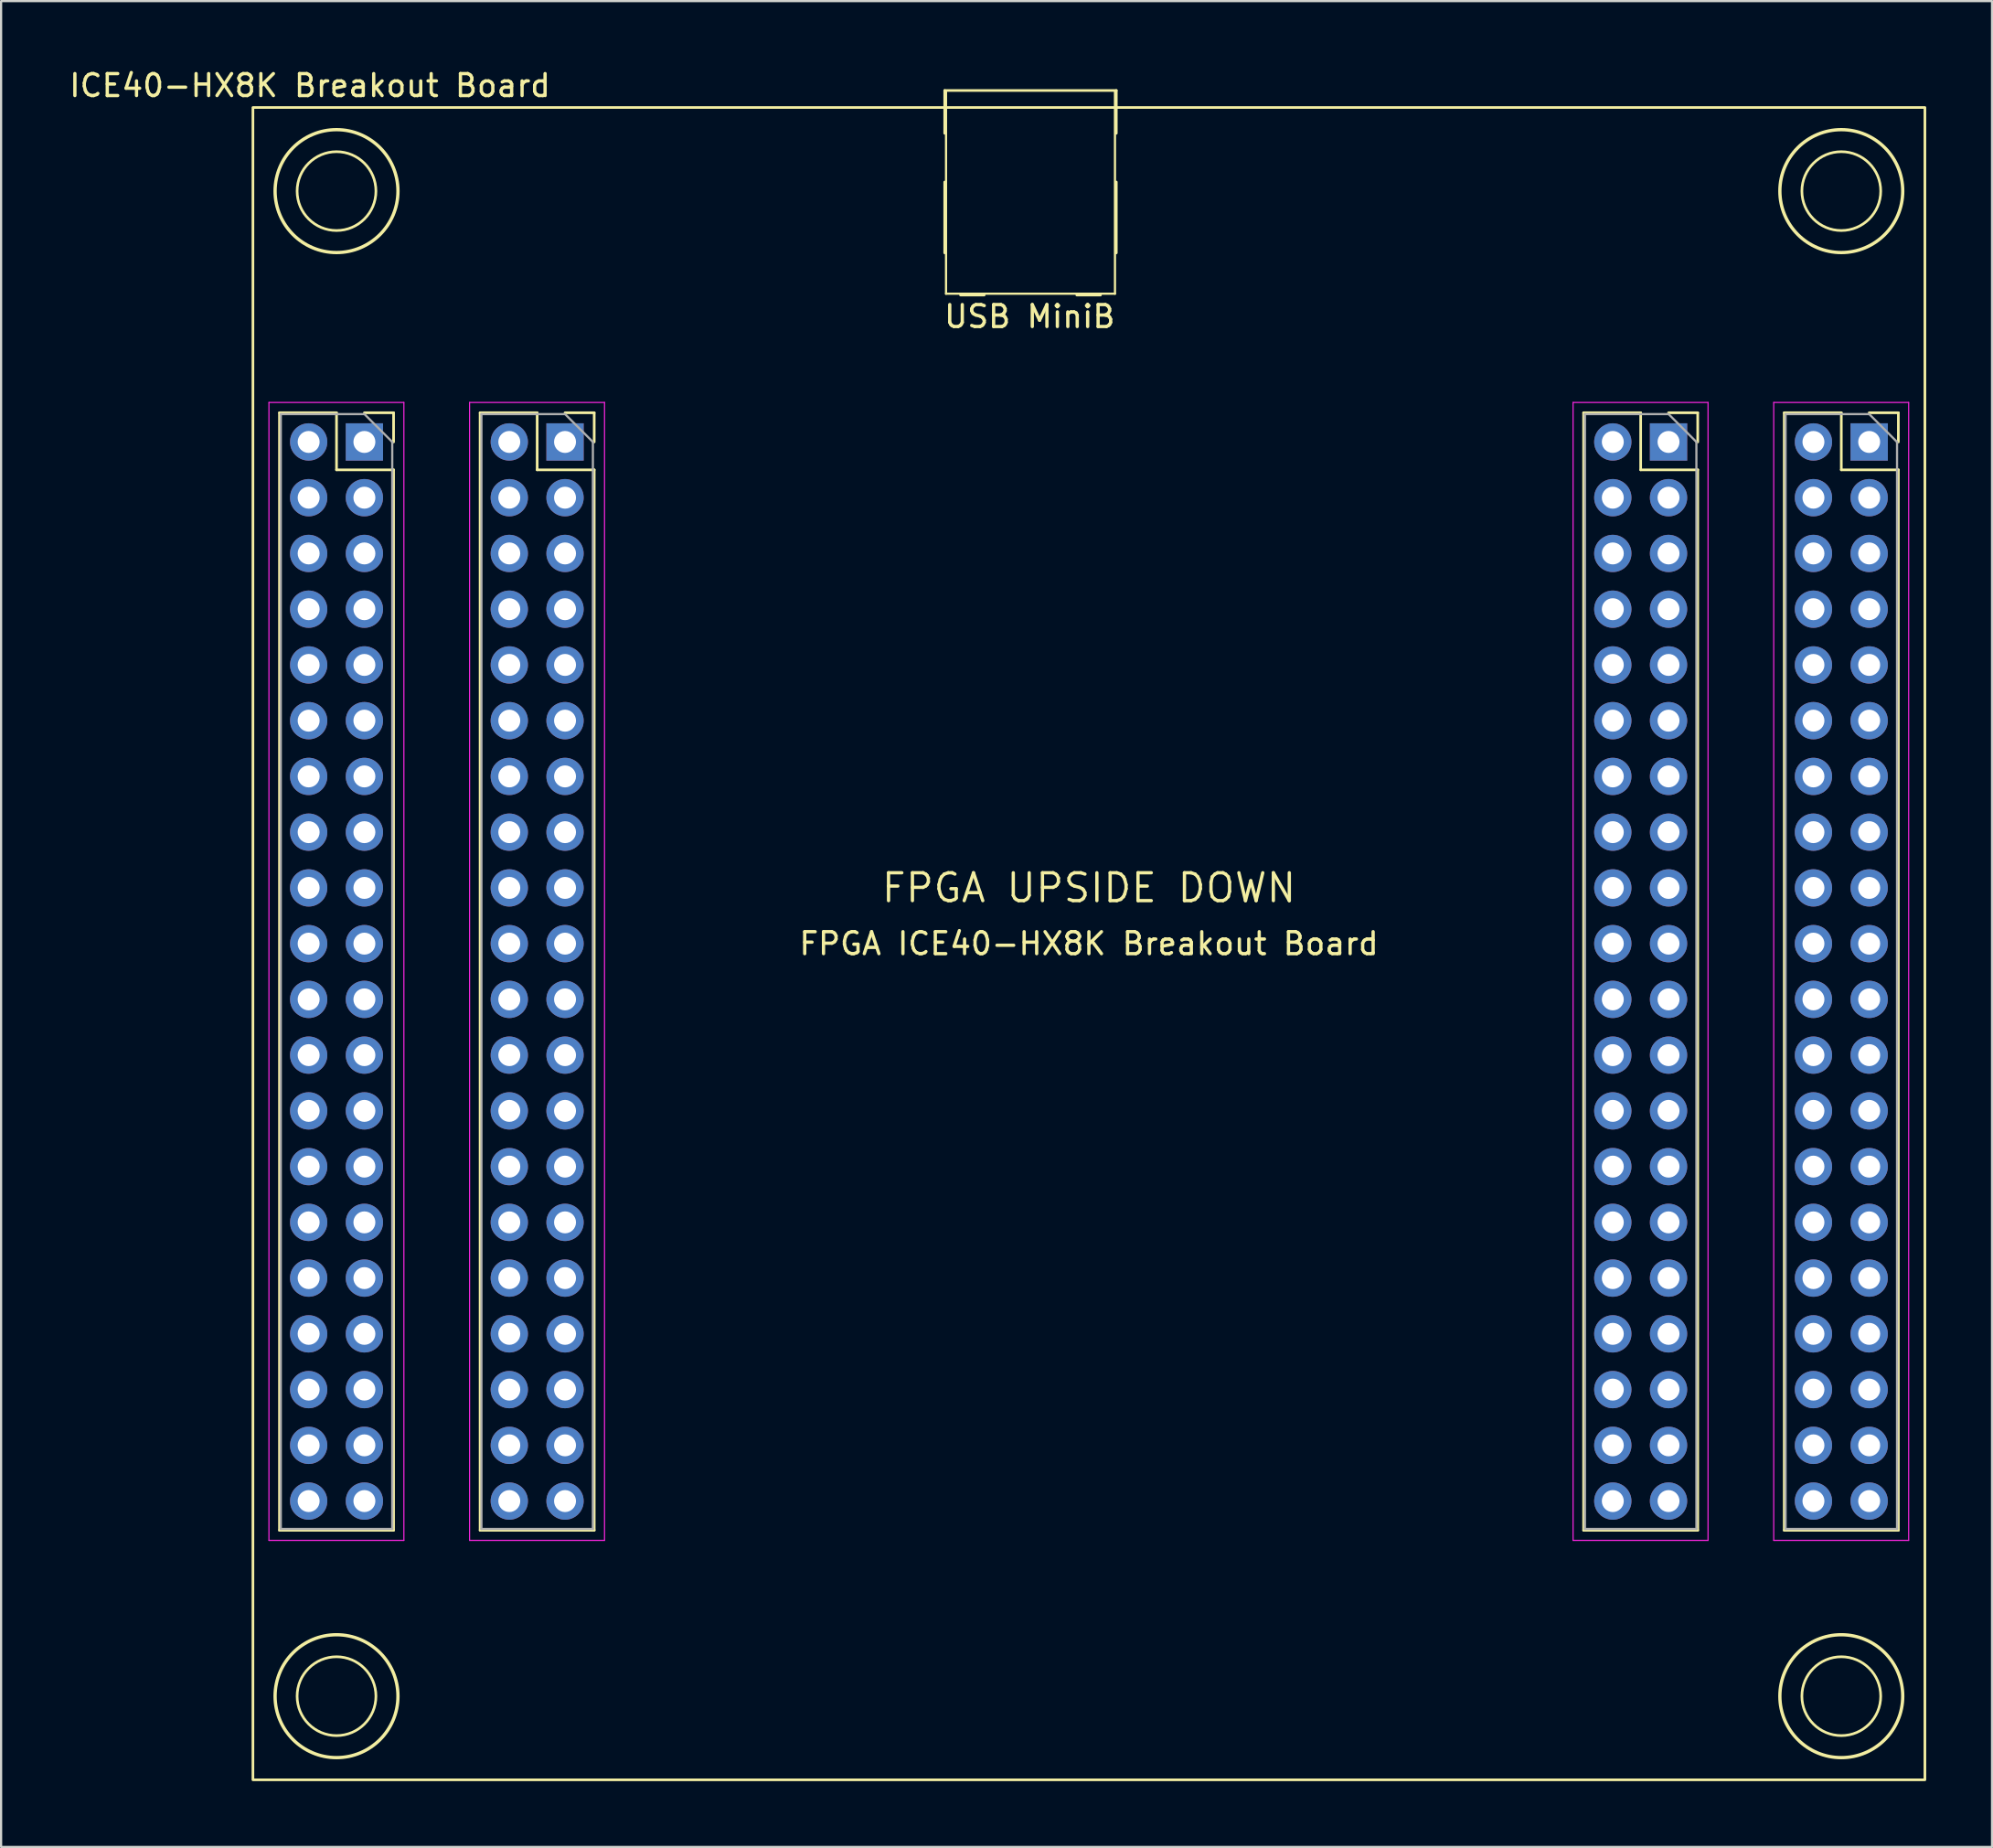
<source format=kicad_pcb>
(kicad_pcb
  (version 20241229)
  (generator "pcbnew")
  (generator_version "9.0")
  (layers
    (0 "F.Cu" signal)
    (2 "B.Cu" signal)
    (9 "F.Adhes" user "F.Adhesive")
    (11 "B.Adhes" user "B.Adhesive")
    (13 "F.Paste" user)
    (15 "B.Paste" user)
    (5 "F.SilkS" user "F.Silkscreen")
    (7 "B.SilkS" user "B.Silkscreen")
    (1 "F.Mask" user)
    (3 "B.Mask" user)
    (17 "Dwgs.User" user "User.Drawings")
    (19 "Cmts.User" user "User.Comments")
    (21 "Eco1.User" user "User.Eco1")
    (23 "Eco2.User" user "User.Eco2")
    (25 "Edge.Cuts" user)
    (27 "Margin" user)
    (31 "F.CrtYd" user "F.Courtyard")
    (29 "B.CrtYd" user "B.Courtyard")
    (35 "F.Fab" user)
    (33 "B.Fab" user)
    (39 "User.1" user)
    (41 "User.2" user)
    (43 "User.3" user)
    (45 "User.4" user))
  (footprint "ICE40-HX8K Breakout Board"
    (layer "F.Cu")
    (at 46.577 39.948)
    (property "Reference" "ICE40-HX8K Breakout Board" (at -35.5 -39.1 0) (unlocked yes) (layer "F.SilkS") (effects (font (size 1 1) (thickness 0.15))))
    (attr through_hole)
    (fp_line (start -36.89 -24.19) (end -36.89 26.73) (stroke (width 0.12) (type solid)) (layer "F.SilkS"))
    (fp_line (start -34.29 -24.19) (end -36.89 -24.19) (stroke (width 0.12) (type solid)) (layer "F.SilkS"))
    (fp_line (start -34.29 -21.59) (end -34.29 -24.19) (stroke (width 0.12) (type solid)) (layer "F.SilkS"))
    (fp_line (start -31.69 -24.19) (end -33.02 -24.19) (stroke (width 0.12) (type solid)) (layer "F.SilkS"))
    (fp_line (start -31.69 -22.86) (end -31.69 -24.19) (stroke (width 0.12) (type solid)) (layer "F.SilkS"))
    (fp_line (start -31.69 -21.59) (end -34.29 -21.59) (stroke (width 0.12) (type solid)) (layer "F.SilkS"))
    (fp_line (start -31.69 -21.59) (end -31.69 26.73) (stroke (width 0.12) (type solid)) (layer "F.SilkS"))
    (fp_line (start -31.69 26.73) (end -36.89 26.73) (stroke (width 0.12) (type solid)) (layer "F.SilkS"))
    (fp_line (start -27.746 -24.19) (end -27.746 26.73) (stroke (width 0.12) (type solid)) (layer "F.SilkS"))
    (fp_line (start -25.146 -24.19) (end -27.746 -24.19) (stroke (width 0.12) (type solid)) (layer "F.SilkS"))
    (fp_line (start -25.146 -21.59) (end -25.146 -24.19) (stroke (width 0.12) (type solid)) (layer "F.SilkS"))
    (fp_line (start -22.546 -24.19) (end -23.876 -24.19) (stroke (width 0.12) (type solid)) (layer "F.SilkS"))
    (fp_line (start -22.546 -22.86) (end -22.546 -24.19) (stroke (width 0.12) (type solid)) (layer "F.SilkS"))
    (fp_line (start -22.546 -21.59) (end -25.146 -21.59) (stroke (width 0.12) (type solid)) (layer "F.SilkS"))
    (fp_line (start -22.546 -21.59) (end -22.546 26.73) (stroke (width 0.12) (type solid)) (layer "F.SilkS"))
    (fp_line (start -22.546 26.73) (end -27.746 26.73) (stroke (width 0.12) (type solid)) (layer "F.SilkS"))
    (fp_line (start -6.572 -38.874) (end -6.572 -36.924) (stroke (width 0.12) (type solid)) (layer "F.SilkS"))
    (fp_line (start -6.572 -34.704) (end -6.572 -31.474) (stroke (width 0.12) (type solid)) (layer "F.SilkS"))
    (fp_line (start -6.512 -29.614) (end -6.512 -38.814) (stroke (width 0.1) (type solid)) (layer "F.SilkS"))
    (fp_line (start -6.512 -29.614) (end 1.188 -29.614) (stroke (width 0.1) (type solid)) (layer "F.SilkS"))
    (fp_line (start -5.852 -29.554) (end -4.772 -29.554) (stroke (width 0.12) (type solid)) (layer "F.SilkS"))
    (fp_line (start -0.552 -29.554) (end 0.528 -29.554) (stroke (width 0.12) (type solid)) (layer "F.SilkS"))
    (fp_line (start 1.188 -38.814) (end 1.188 -29.614) (stroke (width 0.1) (type solid)) (layer "F.SilkS"))
    (fp_line (start 1.248 -38.874) (end -6.572 -38.874) (stroke (width 0.12) (type solid)) (layer "F.SilkS"))
    (fp_line (start 1.248 -38.874) (end 1.248 -36.924) (stroke (width 0.12) (type solid)) (layer "F.SilkS"))
    (fp_line (start 1.248 -34.704) (end 1.248 -31.474) (stroke (width 0.12) (type solid)) (layer "F.SilkS"))
    (fp_line (start 22.546 -24.19) (end 22.546 26.73) (stroke (width 0.12) (type solid)) (layer "F.SilkS"))
    (fp_line (start 25.146 -24.19) (end 22.546 -24.19) (stroke (width 0.12) (type solid)) (layer "F.SilkS"))
    (fp_line (start 25.146 -21.59) (end 25.146 -24.19) (stroke (width 0.12) (type solid)) (layer "F.SilkS"))
    (fp_line (start 27.746 -24.19) (end 26.416 -24.19) (stroke (width 0.12) (type solid)) (layer "F.SilkS"))
    (fp_line (start 27.746 -22.86) (end 27.746 -24.19) (stroke (width 0.12) (type solid)) (layer "F.SilkS"))
    (fp_line (start 27.746 -21.59) (end 25.146 -21.59) (stroke (width 0.12) (type solid)) (layer "F.SilkS"))
    (fp_line (start 27.746 -21.59) (end 27.746 26.73) (stroke (width 0.12) (type solid)) (layer "F.SilkS"))
    (fp_line (start 27.746 26.73) (end 22.546 26.73) (stroke (width 0.12) (type solid)) (layer "F.SilkS"))
    (fp_line (start 31.69 -24.19) (end 31.69 26.73) (stroke (width 0.12) (type solid)) (layer "F.SilkS"))
    (fp_line (start 34.29 -24.19) (end 31.69 -24.19) (stroke (width 0.12) (type solid)) (layer "F.SilkS"))
    (fp_line (start 34.29 -21.59) (end 34.29 -24.19) (stroke (width 0.12) (type solid)) (layer "F.SilkS"))
    (fp_line (start 36.89 -24.19) (end 35.56 -24.19) (stroke (width 0.12) (type solid)) (layer "F.SilkS"))
    (fp_line (start 36.89 -22.86) (end 36.89 -24.19) (stroke (width 0.12) (type solid)) (layer "F.SilkS"))
    (fp_line (start 36.89 -21.59) (end 34.29 -21.59) (stroke (width 0.12) (type solid)) (layer "F.SilkS"))
    (fp_line (start 36.89 -21.59) (end 36.89 26.73) (stroke (width 0.12) (type solid)) (layer "F.SilkS"))
    (fp_line (start 36.89 26.73) (end 31.69 26.73) (stroke (width 0.12) (type solid)) (layer "F.SilkS"))
    (fp_rect (start -38.1 -38.1) (end 38.1 38.1) (stroke (width 0.12) (type solid)) (fill no) (layer "F.SilkS"))
    (fp_circle (center -34.29 -34.29) (end -33.02 -35.56) (stroke (width 0.12) (type solid)) (fill no) (layer "F.SilkS"))
    (fp_circle (center -34.29 -34.29) (end -31.49 -34.29) (stroke (width 0.15) (type solid)) (fill no) (layer "F.SilkS"))
    (fp_circle (center -34.29 34.29) (end -33.02 33.02) (stroke (width 0.12) (type solid)) (fill no) (layer "F.SilkS"))
    (fp_circle (center -34.29 34.29) (end -31.49 34.29) (stroke (width 0.15) (type solid)) (fill no) (layer "F.SilkS"))
    (fp_circle (center 34.29 -34.29) (end 35.56 -35.56) (stroke (width 0.12) (type solid)) (fill no) (layer "F.SilkS"))
    (fp_circle (center 34.29 -34.29) (end 37.09 -34.29) (stroke (width 0.15) (type solid)) (fill no) (layer "F.SilkS"))
    (fp_circle (center 34.29 34.29) (end 35.56 33.02) (stroke (width 0.12) (type solid)) (fill no) (layer "F.SilkS"))
    (fp_circle (center 34.29 34.29) (end 37.09 34.29) (stroke (width 0.15) (type solid)) (fill no) (layer "F.SilkS"))
    (fp_line (start -37.37 -24.66) (end -31.22 -24.66) (stroke (width 0.05) (type solid)) (layer "F.CrtYd"))
    (fp_line (start -37.37 27.19) (end -37.37 -24.66) (stroke (width 0.05) (type solid)) (layer "F.CrtYd"))
    (fp_line (start -31.22 -24.66) (end -31.22 27.19) (stroke (width 0.05) (type solid)) (layer "F.CrtYd"))
    (fp_line (start -31.22 27.19) (end -37.37 27.19) (stroke (width 0.05) (type solid)) (layer "F.CrtYd"))
    (fp_line (start -28.226 -24.66) (end -22.076 -24.66) (stroke (width 0.05) (type solid)) (layer "F.CrtYd"))
    (fp_line (start -28.226 27.19) (end -28.226 -24.66) (stroke (width 0.05) (type solid)) (layer "F.CrtYd"))
    (fp_line (start -22.076 -24.66) (end -22.076 27.19) (stroke (width 0.05) (type solid)) (layer "F.CrtYd"))
    (fp_line (start -22.076 27.19) (end -28.226 27.19) (stroke (width 0.05) (type solid)) (layer "F.CrtYd"))
    (fp_line (start 22.066 -24.66) (end 28.216 -24.66) (stroke (width 0.05) (type solid)) (layer "F.CrtYd"))
    (fp_line (start 22.066 27.19) (end 22.066 -24.66) (stroke (width 0.05) (type solid)) (layer "F.CrtYd"))
    (fp_line (start 28.216 -24.66) (end 28.216 27.19) (stroke (width 0.05) (type solid)) (layer "F.CrtYd"))
    (fp_line (start 28.216 27.19) (end 22.066 27.19) (stroke (width 0.05) (type solid)) (layer "F.CrtYd"))
    (fp_line (start 31.21 -24.66) (end 37.36 -24.66) (stroke (width 0.05) (type solid)) (layer "F.CrtYd"))
    (fp_line (start 31.21 27.19) (end 31.21 -24.66) (stroke (width 0.05) (type solid)) (layer "F.CrtYd"))
    (fp_line (start 37.36 -24.66) (end 37.36 27.19) (stroke (width 0.05) (type solid)) (layer "F.CrtYd"))
    (fp_line (start 37.36 27.19) (end 31.21 27.19) (stroke (width 0.05) (type solid)) (layer "F.CrtYd"))
    (fp_line (start -36.83 -24.13) (end -36.83 26.67) (stroke (width 0.1) (type solid)) (layer "F.Fab"))
    (fp_line (start -36.83 26.67) (end -31.75 26.67) (stroke (width 0.1) (type solid)) (layer "F.Fab"))
    (fp_line (start -33.02 -24.13) (end -36.83 -24.13) (stroke (width 0.1) (type solid)) (layer "F.Fab"))
    (fp_line (start -31.75 -22.86) (end -33.02 -24.13) (stroke (width 0.1) (type solid)) (layer "F.Fab"))
    (fp_line (start -31.75 26.67) (end -31.75 -22.86) (stroke (width 0.1) (type solid)) (layer "F.Fab"))
    (fp_line (start -27.686 -24.13) (end -27.686 26.67) (stroke (width 0.1) (type solid)) (layer "F.Fab"))
    (fp_line (start -27.686 26.67) (end -22.606 26.67) (stroke (width 0.1) (type solid)) (layer "F.Fab"))
    (fp_line (start -23.876 -24.13) (end -27.686 -24.13) (stroke (width 0.1) (type solid)) (layer "F.Fab"))
    (fp_line (start -22.606 -22.86) (end -23.876 -24.13) (stroke (width 0.1) (type solid)) (layer "F.Fab"))
    (fp_line (start -22.606 26.67) (end -22.606 -22.86) (stroke (width 0.1) (type solid)) (layer "F.Fab"))
    (fp_line (start 22.606 -24.13) (end 22.606 26.67) (stroke (width 0.1) (type solid)) (layer "F.Fab"))
    (fp_line (start 22.606 26.67) (end 27.686 26.67) (stroke (width 0.1) (type solid)) (layer "F.Fab"))
    (fp_line (start 26.416 -24.13) (end 22.606 -24.13) (stroke (width 0.1) (type solid)) (layer "F.Fab"))
    (fp_line (start 27.686 -22.86) (end 26.416 -24.13) (stroke (width 0.1) (type solid)) (layer "F.Fab"))
    (fp_line (start 27.686 26.67) (end 27.686 -22.86) (stroke (width 0.1) (type solid)) (layer "F.Fab"))
    (fp_line (start 31.75 -24.13) (end 31.75 26.67) (stroke (width 0.1) (type solid)) (layer "F.Fab"))
    (fp_line (start 31.75 26.67) (end 36.83 26.67) (stroke (width 0.1) (type solid)) (layer "F.Fab"))
    (fp_line (start 35.56 -24.13) (end 31.75 -24.13) (stroke (width 0.1) (type solid)) (layer "F.Fab"))
    (fp_line (start 36.83 -22.86) (end 35.56 -24.13) (stroke (width 0.1) (type solid)) (layer "F.Fab"))
    (fp_line (start 36.83 26.67) (end 36.83 -22.86) (stroke (width 0.1) (type solid)) (layer "F.Fab"))
    (fp_text user "FPGA UPSIDE DOWN" (at 0 -2.54 0) (unlocked yes) (layer "F.SilkS") (effects (font (size 1.27 1.27) (thickness 0.15))))
    (fp_text user "FPGA ICE40-HX8K Breakout Board" (at 0 0 0) (unlocked yes) (layer "F.SilkS") (effects (font (size 1 1) (thickness 0.15))))
    (fp_text user "USB MiniB" (at -2.7 -28.575 0) (unlocked yes) (layer "F.SilkS") (effects (font (size 1 1) (thickness 0.15))))
    (pad "1" thru_hole rect (at 35.56 -22.86) (size 1.7 1.7) (drill 1) (layers "*.Cu" "*.Mask"))
    (pad "2" thru_hole oval (at 33.02 -22.86) (size 1.7 1.7) (drill 1) (layers "*.Cu" "*.Mask"))
    (pad "3" thru_hole oval (at 35.56 -20.32) (size 1.7 1.7) (drill 1) (layers "*.Cu" "*.Mask"))
    (pad "4" thru_hole oval (at 33.02 -20.32) (size 1.7 1.7) (drill 1) (layers "*.Cu" "*.Mask"))
    (pad "5" thru_hole oval (at 35.56 -17.78) (size 1.7 1.7) (drill 1) (layers "*.Cu" "*.Mask"))
    (pad "6" thru_hole oval (at 33.02 -17.78) (size 1.7 1.7) (drill 1) (layers "*.Cu" "*.Mask"))
    (pad "7" thru_hole oval (at 35.56 -15.24) (size 1.7 1.7) (drill 1) (layers "*.Cu" "*.Mask"))
    (pad "8" thru_hole oval (at 33.02 -15.24) (size 1.7 1.7) (drill 1) (layers "*.Cu" "*.Mask"))
    (pad "9" thru_hole oval (at 35.56 -12.7) (size 1.7 1.7) (drill 1) (layers "*.Cu" "*.Mask"))
    (pad "10" thru_hole oval (at 33.02 -12.7) (size 1.7 1.7) (drill 1) (layers "*.Cu" "*.Mask"))
    (pad "11" thru_hole oval (at 35.56 -10.16) (size 1.7 1.7) (drill 1) (layers "*.Cu" "*.Mask"))
    (pad "12" thru_hole oval (at 33.02 -10.16) (size 1.7 1.7) (drill 1) (layers "*.Cu" "*.Mask"))
    (pad "13" thru_hole oval (at 35.56 -7.62) (size 1.7 1.7) (drill 1) (layers "*.Cu" "*.Mask"))
    (pad "14" thru_hole oval (at 33.02 -7.62) (size 1.7 1.7) (drill 1) (layers "*.Cu" "*.Mask"))
    (pad "15" thru_hole oval (at 35.56 -5.08) (size 1.7 1.7) (drill 1) (layers "*.Cu" "*.Mask"))
    (pad "16" thru_hole oval (at 33.02 -5.08) (size 1.7 1.7) (drill 1) (layers "*.Cu" "*.Mask"))
    (pad "17" thru_hole oval (at 35.56 -2.54) (size 1.7 1.7) (drill 1) (layers "*.Cu" "*.Mask"))
    (pad "18" thru_hole oval (at 33.02 -2.54) (size 1.7 1.7) (drill 1) (layers "*.Cu" "*.Mask"))
    (pad "19" thru_hole oval (at 35.56 0) (size 1.7 1.7) (drill 1) (layers "*.Cu" "*.Mask"))
    (pad "20" thru_hole oval (at 33.02 0) (size 1.7 1.7) (drill 1) (layers "*.Cu" "*.Mask"))
    (pad "21" thru_hole oval (at 35.56 2.54) (size 1.7 1.7) (drill 1) (layers "*.Cu" "*.Mask"))
    (pad "22" thru_hole oval (at 33.02 2.54) (size 1.7 1.7) (drill 1) (layers "*.Cu" "*.Mask"))
    (pad "23" thru_hole oval (at 35.56 5.08) (size 1.7 1.7) (drill 1) (layers "*.Cu" "*.Mask"))
    (pad "24" thru_hole oval (at 33.02 5.08) (size 1.7 1.7) (drill 1) (layers "*.Cu" "*.Mask"))
    (pad "25" thru_hole oval (at 35.56 7.62) (size 1.7 1.7) (drill 1) (layers "*.Cu" "*.Mask"))
    (pad "26" thru_hole oval (at 33.02 7.62) (size 1.7 1.7) (drill 1) (layers "*.Cu" "*.Mask"))
    (pad "27" thru_hole oval (at 35.56 10.16) (size 1.7 1.7) (drill 1) (layers "*.Cu" "*.Mask"))
    (pad "28" thru_hole oval (at 33.02 10.16) (size 1.7 1.7) (drill 1) (layers "*.Cu" "*.Mask"))
    (pad "29" thru_hole oval (at 35.56 12.7) (size 1.7 1.7) (drill 1) (layers "*.Cu" "*.Mask"))
    (pad "30" thru_hole oval (at 33.02 12.7) (size 1.7 1.7) (drill 1) (layers "*.Cu" "*.Mask"))
    (pad "31" thru_hole oval (at 35.56 15.24) (size 1.7 1.7) (drill 1) (layers "*.Cu" "*.Mask"))
    (pad "32" thru_hole oval (at 33.02 15.24) (size 1.7 1.7) (drill 1) (layers "*.Cu" "*.Mask"))
    (pad "33" thru_hole oval (at 35.56 17.78) (size 1.7 1.7) (drill 1) (layers "*.Cu" "*.Mask"))
    (pad "34" thru_hole oval (at 33.02 17.78) (size 1.7 1.7) (drill 1) (layers "*.Cu" "*.Mask"))
    (pad "35" thru_hole oval (at 35.56 20.32) (size 1.7 1.7) (drill 1) (layers "*.Cu" "*.Mask"))
    (pad "36" thru_hole oval (at 33.02 20.32) (size 1.7 1.7) (drill 1) (layers "*.Cu" "*.Mask"))
    (pad "37" thru_hole oval (at 35.56 22.86) (size 1.7 1.7) (drill 1) (layers "*.Cu" "*.Mask"))
    (pad "38" thru_hole oval (at 33.02 22.86) (size 1.7 1.7) (drill 1) (layers "*.Cu" "*.Mask"))
    (pad "39" thru_hole oval (at 35.56 25.4) (size 1.7 1.7) (drill 1) (layers "*.Cu" "*.Mask"))
    (pad "40" thru_hole oval (at 33.02 25.4) (size 1.7 1.7) (drill 1) (layers "*.Cu" "*.Mask"))
    (pad "41" thru_hole rect (at 26.416 -22.86) (size 1.7 1.7) (drill 1) (layers "*.Cu" "*.Mask"))
    (pad "42" thru_hole oval (at 23.876 -22.86) (size 1.7 1.7) (drill 1) (layers "*.Cu" "*.Mask"))
    (pad "43" thru_hole oval (at 26.416 -20.32) (size 1.7 1.7) (drill 1) (layers "*.Cu" "*.Mask"))
    (pad "44" thru_hole oval (at 23.876 -20.32) (size 1.7 1.7) (drill 1) (layers "*.Cu" "*.Mask"))
    (pad "45" thru_hole oval (at 26.416 -17.78) (size 1.7 1.7) (drill 1) (layers "*.Cu" "*.Mask"))
    (pad "46" thru_hole oval (at 23.876 -17.78) (size 1.7 1.7) (drill 1) (layers "*.Cu" "*.Mask"))
    (pad "47" thru_hole oval (at 26.416 -15.24) (size 1.7 1.7) (drill 1) (layers "*.Cu" "*.Mask"))
    (pad "48" thru_hole oval (at 23.876 -15.24) (size 1.7 1.7) (drill 1) (layers "*.Cu" "*.Mask"))
    (pad "49" thru_hole oval (at 26.416 -12.7) (size 1.7 1.7) (drill 1) (layers "*.Cu" "*.Mask"))
    (pad "50" thru_hole oval (at 23.876 -12.7) (size 1.7 1.7) (drill 1) (layers "*.Cu" "*.Mask"))
    (pad "51" thru_hole oval (at 26.416 -10.16) (size 1.7 1.7) (drill 1) (layers "*.Cu" "*.Mask"))
    (pad "52" thru_hole oval (at 23.876 -10.16) (size 1.7 1.7) (drill 1) (layers "*.Cu" "*.Mask"))
    (pad "53" thru_hole oval (at 26.416 -7.62) (size 1.7 1.7) (drill 1) (layers "*.Cu" "*.Mask"))
    (pad "54" thru_hole oval (at 23.876 -7.62) (size 1.7 1.7) (drill 1) (layers "*.Cu" "*.Mask"))
    (pad "55" thru_hole oval (at 26.416 -5.08) (size 1.7 1.7) (drill 1) (layers "*.Cu" "*.Mask"))
    (pad "56" thru_hole oval (at 23.876 -5.08) (size 1.7 1.7) (drill 1) (layers "*.Cu" "*.Mask"))
    (pad "57" thru_hole oval (at 26.416 -2.54) (size 1.7 1.7) (drill 1) (layers "*.Cu" "*.Mask"))
    (pad "58" thru_hole oval (at 23.876 -2.54) (size 1.7 1.7) (drill 1) (layers "*.Cu" "*.Mask"))
    (pad "59" thru_hole oval (at 26.416 0) (size 1.7 1.7) (drill 1) (layers "*.Cu" "*.Mask"))
    (pad "60" thru_hole oval (at 23.876 0) (size 1.7 1.7) (drill 1) (layers "*.Cu" "*.Mask"))
    (pad "61" thru_hole oval (at 26.416 2.54) (size 1.7 1.7) (drill 1) (layers "*.Cu" "*.Mask"))
    (pad "62" thru_hole oval (at 23.876 2.54) (size 1.7 1.7) (drill 1) (layers "*.Cu" "*.Mask"))
    (pad "63" thru_hole oval (at 26.416 5.08) (size 1.7 1.7) (drill 1) (layers "*.Cu" "*.Mask"))
    (pad "64" thru_hole oval (at 23.876 5.08) (size 1.7 1.7) (drill 1) (layers "*.Cu" "*.Mask"))
    (pad "65" thru_hole oval (at 26.416 7.62) (size 1.7 1.7) (drill 1) (layers "*.Cu" "*.Mask"))
    (pad "66" thru_hole oval (at 23.876 7.62) (size 1.7 1.7) (drill 1) (layers "*.Cu" "*.Mask"))
    (pad "67" thru_hole oval (at 26.416 10.16) (size 1.7 1.7) (drill 1) (layers "*.Cu" "*.Mask"))
    (pad "68" thru_hole oval (at 23.876 10.16) (size 1.7 1.7) (drill 1) (layers "*.Cu" "*.Mask"))
    (pad "69" thru_hole oval (at 26.416 12.7) (size 1.7 1.7) (drill 1) (layers "*.Cu" "*.Mask"))
    (pad "70" thru_hole oval (at 23.876 12.7) (size 1.7 1.7) (drill 1) (layers "*.Cu" "*.Mask"))
    (pad "71" thru_hole oval (at 26.416 15.24) (size 1.7 1.7) (drill 1) (layers "*.Cu" "*.Mask"))
    (pad "72" thru_hole oval (at 23.876 15.24) (size 1.7 1.7) (drill 1) (layers "*.Cu" "*.Mask"))
    (pad "73" thru_hole oval (at 26.416 17.78) (size 1.7 1.7) (drill 1) (layers "*.Cu" "*.Mask"))
    (pad "74" thru_hole oval (at 23.876 17.78) (size 1.7 1.7) (drill 1) (layers "*.Cu" "*.Mask"))
    (pad "75" thru_hole oval (at 26.416 20.32) (size 1.7 1.7) (drill 1) (layers "*.Cu" "*.Mask"))
    (pad "76" thru_hole oval (at 23.876 20.32) (size 1.7 1.7) (drill 1) (layers "*.Cu" "*.Mask"))
    (pad "77" thru_hole oval (at 26.416 22.86) (size 1.7 1.7) (drill 1) (layers "*.Cu" "*.Mask"))
    (pad "78" thru_hole oval (at 23.876 22.86) (size 1.7 1.7) (drill 1) (layers "*.Cu" "*.Mask"))
    (pad "79" thru_hole oval (at 26.416 25.4) (size 1.7 1.7) (drill 1) (layers "*.Cu" "*.Mask"))
    (pad "80" thru_hole oval (at 23.876 25.4) (size 1.7 1.7) (drill 1) (layers "*.Cu" "*.Mask"))
    (pad "81" thru_hole rect (at -23.876 -22.86) (size 1.7 1.7) (drill 1) (layers "*.Cu" "*.Mask"))
    (pad "82" thru_hole oval (at -26.416 -22.86) (size 1.7 1.7) (drill 1) (layers "*.Cu" "*.Mask"))
    (pad "83" thru_hole oval (at -23.876 -20.32) (size 1.7 1.7) (drill 1) (layers "*.Cu" "*.Mask"))
    (pad "84" thru_hole oval (at -26.416 -20.32) (size 1.7 1.7) (drill 1) (layers "*.Cu" "*.Mask"))
    (pad "85" thru_hole oval (at -23.876 -17.78) (size 1.7 1.7) (drill 1) (layers "*.Cu" "*.Mask"))
    (pad "86" thru_hole oval (at -26.416 -17.78) (size 1.7 1.7) (drill 1) (layers "*.Cu" "*.Mask"))
    (pad "87" thru_hole oval (at -23.876 -15.24) (size 1.7 1.7) (drill 1) (layers "*.Cu" "*.Mask"))
    (pad "88" thru_hole oval (at -26.416 -15.24) (size 1.7 1.7) (drill 1) (layers "*.Cu" "*.Mask"))
    (pad "89" thru_hole oval (at -23.876 -12.7) (size 1.7 1.7) (drill 1) (layers "*.Cu" "*.Mask"))
    (pad "90" thru_hole oval (at -26.416 -12.7) (size 1.7 1.7) (drill 1) (layers "*.Cu" "*.Mask"))
    (pad "91" thru_hole oval (at -23.876 -10.16) (size 1.7 1.7) (drill 1) (layers "*.Cu" "*.Mask"))
    (pad "92" thru_hole oval (at -26.416 -10.16) (size 1.7 1.7) (drill 1) (layers "*.Cu" "*.Mask"))
    (pad "93" thru_hole oval (at -23.876 -7.62) (size 1.7 1.7) (drill 1) (layers "*.Cu" "*.Mask"))
    (pad "94" thru_hole oval (at -26.416 -7.62) (size 1.7 1.7) (drill 1) (layers "*.Cu" "*.Mask"))
    (pad "95" thru_hole oval (at -23.876 -5.08) (size 1.7 1.7) (drill 1) (layers "*.Cu" "*.Mask"))
    (pad "96" thru_hole oval (at -26.416 -5.08) (size 1.7 1.7) (drill 1) (layers "*.Cu" "*.Mask"))
    (pad "97" thru_hole oval (at -23.876 -2.54) (size 1.7 1.7) (drill 1) (layers "*.Cu" "*.Mask"))
    (pad "98" thru_hole oval (at -26.416 -2.54) (size 1.7 1.7) (drill 1) (layers "*.Cu" "*.Mask"))
    (pad "99" thru_hole oval (at -23.876 0) (size 1.7 1.7) (drill 1) (layers "*.Cu" "*.Mask"))
    (pad "100" thru_hole oval (at -26.416 0) (size 1.7 1.7) (drill 1) (layers "*.Cu" "*.Mask"))
    (pad "101" thru_hole oval (at -23.876 2.54) (size 1.7 1.7) (drill 1) (layers "*.Cu" "*.Mask"))
    (pad "102" thru_hole oval (at -26.416 2.54) (size 1.7 1.7) (drill 1) (layers "*.Cu" "*.Mask"))
    (pad "103" thru_hole oval (at -23.876 5.08) (size 1.7 1.7) (drill 1) (layers "*.Cu" "*.Mask"))
    (pad "104" thru_hole oval (at -26.416 5.08) (size 1.7 1.7) (drill 1) (layers "*.Cu" "*.Mask"))
    (pad "105" thru_hole oval (at -23.876 7.62) (size 1.7 1.7) (drill 1) (layers "*.Cu" "*.Mask"))
    (pad "106" thru_hole oval (at -26.416 7.62) (size 1.7 1.7) (drill 1) (layers "*.Cu" "*.Mask"))
    (pad "107" thru_hole oval (at -23.876 10.16) (size 1.7 1.7) (drill 1) (layers "*.Cu" "*.Mask"))
    (pad "108" thru_hole oval (at -26.416 10.16) (size 1.7 1.7) (drill 1) (layers "*.Cu" "*.Mask"))
    (pad "109" thru_hole oval (at -23.876 12.7) (size 1.7 1.7) (drill 1) (layers "*.Cu" "*.Mask"))
    (pad "110" thru_hole oval (at -26.416 12.7) (size 1.7 1.7) (drill 1) (layers "*.Cu" "*.Mask"))
    (pad "111" thru_hole oval (at -23.876 15.24) (size 1.7 1.7) (drill 1) (layers "*.Cu" "*.Mask"))
    (pad "112" thru_hole oval (at -26.416 15.24) (size 1.7 1.7) (drill 1) (layers "*.Cu" "*.Mask"))
    (pad "113" thru_hole oval (at -23.876 17.78) (size 1.7 1.7) (drill 1) (layers "*.Cu" "*.Mask"))
    (pad "114" thru_hole oval (at -26.416 17.78) (size 1.7 1.7) (drill 1) (layers "*.Cu" "*.Mask"))
    (pad "115" thru_hole oval (at -23.876 20.32) (size 1.7 1.7) (drill 1) (layers "*.Cu" "*.Mask"))
    (pad "116" thru_hole oval (at -26.416 20.32) (size 1.7 1.7) (drill 1) (layers "*.Cu" "*.Mask"))
    (pad "117" thru_hole oval (at -23.876 22.86) (size 1.7 1.7) (drill 1) (layers "*.Cu" "*.Mask"))
    (pad "118" thru_hole oval (at -26.416 22.86) (size 1.7 1.7) (drill 1) (layers "*.Cu" "*.Mask"))
    (pad "119" thru_hole oval (at -23.876 25.4) (size 1.7 1.7) (drill 1) (layers "*.Cu" "*.Mask"))
    (pad "120" thru_hole oval (at -26.416 25.4) (size 1.7 1.7) (drill 1) (layers "*.Cu" "*.Mask"))
    (pad "121" thru_hole rect (at -33.02 -22.86) (size 1.7 1.7) (drill 1) (layers "*.Cu" "*.Mask"))
    (pad "122" thru_hole oval (at -35.56 -22.86) (size 1.7 1.7) (drill 1) (layers "*.Cu" "*.Mask"))
    (pad "123" thru_hole oval (at -33.02 -20.32) (size 1.7 1.7) (drill 1) (layers "*.Cu" "*.Mask"))
    (pad "124" thru_hole oval (at -35.56 -20.32) (size 1.7 1.7) (drill 1) (layers "*.Cu" "*.Mask"))
    (pad "125" thru_hole oval (at -33.02 -17.78) (size 1.7 1.7) (drill 1) (layers "*.Cu" "*.Mask"))
    (pad "126" thru_hole oval (at -35.56 -17.78) (size 1.7 1.7) (drill 1) (layers "*.Cu" "*.Mask"))
    (pad "127" thru_hole oval (at -33.02 -15.24) (size 1.7 1.7) (drill 1) (layers "*.Cu" "*.Mask"))
    (pad "128" thru_hole oval (at -35.56 -15.24) (size 1.7 1.7) (drill 1) (layers "*.Cu" "*.Mask"))
    (pad "129" thru_hole oval (at -33.02 -12.7) (size 1.7 1.7) (drill 1) (layers "*.Cu" "*.Mask"))
    (pad "130" thru_hole oval (at -35.56 -12.7) (size 1.7 1.7) (drill 1) (layers "*.Cu" "*.Mask"))
    (pad "131" thru_hole oval (at -33.02 -10.16) (size 1.7 1.7) (drill 1) (layers "*.Cu" "*.Mask"))
    (pad "132" thru_hole oval (at -35.56 -10.16) (size 1.7 1.7) (drill 1) (layers "*.Cu" "*.Mask"))
    (pad "133" thru_hole oval (at -33.02 -7.62) (size 1.7 1.7) (drill 1) (layers "*.Cu" "*.Mask"))
    (pad "134" thru_hole oval (at -35.56 -7.62) (size 1.7 1.7) (drill 1) (layers "*.Cu" "*.Mask"))
    (pad "135" thru_hole oval (at -33.02 -5.08) (size 1.7 1.7) (drill 1) (layers "*.Cu" "*.Mask"))
    (pad "136" thru_hole oval (at -35.56 -5.08) (size 1.7 1.7) (drill 1) (layers "*.Cu" "*.Mask"))
    (pad "137" thru_hole oval (at -33.02 -2.54) (size 1.7 1.7) (drill 1) (layers "*.Cu" "*.Mask"))
    (pad "138" thru_hole oval (at -35.56 -2.54) (size 1.7 1.7) (drill 1) (layers "*.Cu" "*.Mask"))
    (pad "139" thru_hole oval (at -33.02 0) (size 1.7 1.7) (drill 1) (layers "*.Cu" "*.Mask"))
    (pad "140" thru_hole oval (at -35.56 0) (size 1.7 1.7) (drill 1) (layers "*.Cu" "*.Mask"))
    (pad "141" thru_hole oval (at -33.02 2.54) (size 1.7 1.7) (drill 1) (layers "*.Cu" "*.Mask"))
    (pad "142" thru_hole oval (at -35.56 2.54) (size 1.7 1.7) (drill 1) (layers "*.Cu" "*.Mask"))
    (pad "143" thru_hole oval (at -33.02 5.08) (size 1.7 1.7) (drill 1) (layers "*.Cu" "*.Mask"))
    (pad "144" thru_hole oval (at -35.56 5.08) (size 1.7 1.7) (drill 1) (layers "*.Cu" "*.Mask"))
    (pad "145" thru_hole oval (at -33.02 7.62) (size 1.7 1.7) (drill 1) (layers "*.Cu" "*.Mask"))
    (pad "146" thru_hole oval (at -35.56 7.62) (size 1.7 1.7) (drill 1) (layers "*.Cu" "*.Mask"))
    (pad "147" thru_hole oval (at -33.02 10.16) (size 1.7 1.7) (drill 1) (layers "*.Cu" "*.Mask"))
    (pad "148" thru_hole oval (at -35.56 10.16) (size 1.7 1.7) (drill 1) (layers "*.Cu" "*.Mask"))
    (pad "149" thru_hole oval (at -33.02 12.7) (size 1.7 1.7) (drill 1) (layers "*.Cu" "*.Mask"))
    (pad "150" thru_hole oval (at -35.56 12.7) (size 1.7 1.7) (drill 1) (layers "*.Cu" "*.Mask"))
    (pad "151" thru_hole oval (at -33.02 15.24) (size 1.7 1.7) (drill 1) (layers "*.Cu" "*.Mask"))
    (pad "152" thru_hole oval (at -35.56 15.24) (size 1.7 1.7) (drill 1) (layers "*.Cu" "*.Mask"))
    (pad "153" thru_hole oval (at -33.02 17.78) (size 1.7 1.7) (drill 1) (layers "*.Cu" "*.Mask"))
    (pad "154" thru_hole oval (at -35.56 17.78) (size 1.7 1.7) (drill 1) (layers "*.Cu" "*.Mask"))
    (pad "155" thru_hole oval (at -33.02 20.32) (size 1.7 1.7) (drill 1) (layers "*.Cu" "*.Mask"))
    (pad "156" thru_hole oval (at -35.56 20.32) (size 1.7 1.7) (drill 1) (layers "*.Cu" "*.Mask"))
    (pad "157" thru_hole oval (at -33.02 22.86) (size 1.7 1.7) (drill 1) (layers "*.Cu" "*.Mask"))
    (pad "158" thru_hole oval (at -35.56 22.86) (size 1.7 1.7) (drill 1) (layers "*.Cu" "*.Mask"))
    (pad "159" thru_hole oval (at -33.02 25.4) (size 1.7 1.7) (drill 1) (layers "*.Cu" "*.Mask"))
    (pad "160" thru_hole oval (at -35.56 25.4) (size 1.7 1.7) (drill 1) (layers "*.Cu" "*.Mask")))
  (gr_rect
    (start -3 -3)
    (end 87.737 81.108)
    (stroke (width 0.1) (type default))
    (fill no)
    (layer "Edge.Cuts")))
</source>
